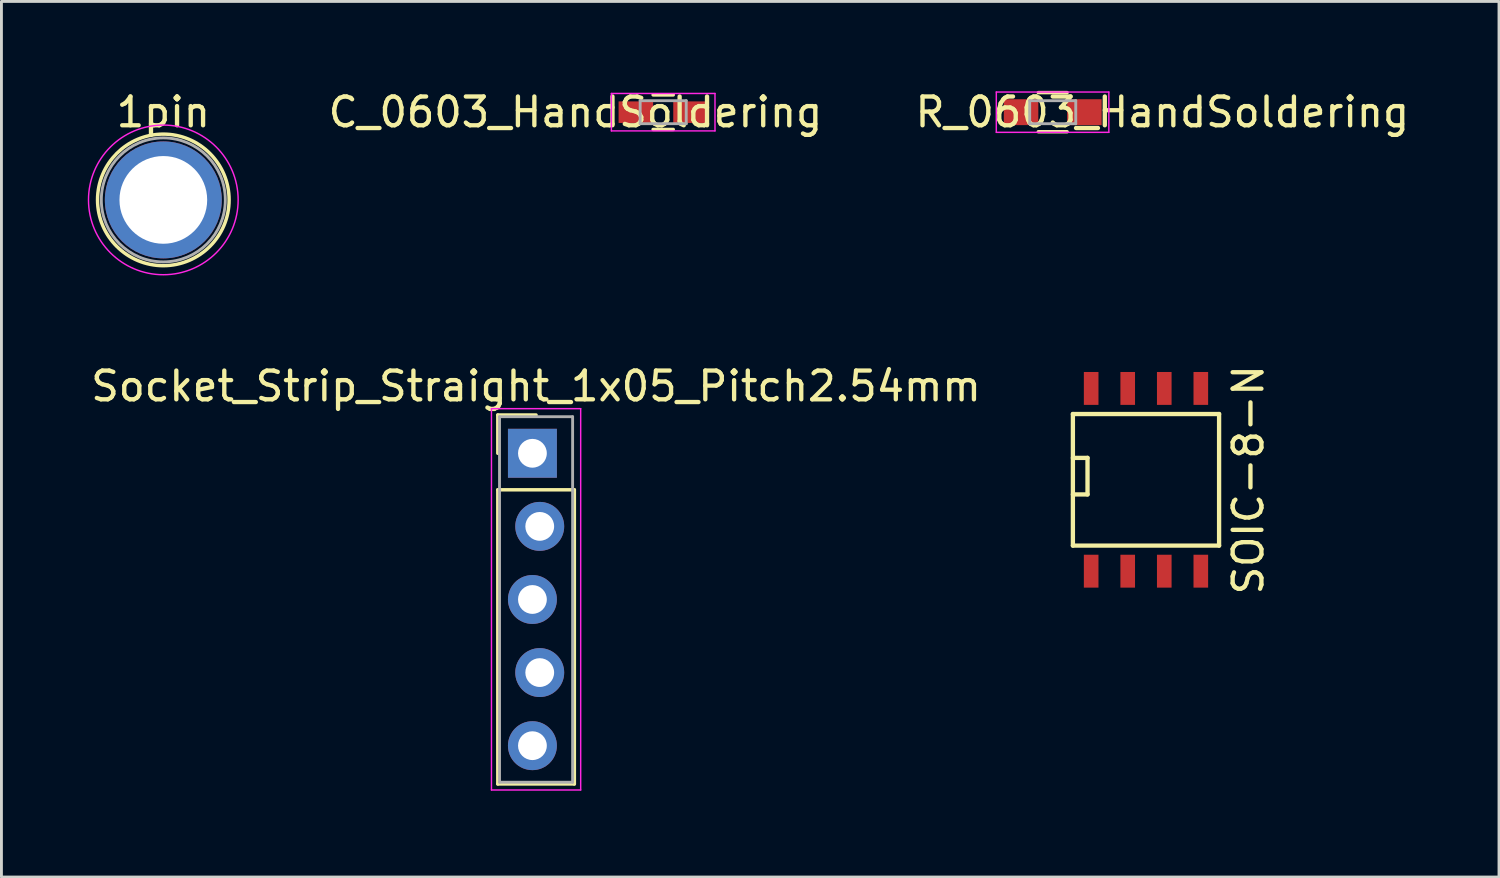
<source format=kicad_pcb>
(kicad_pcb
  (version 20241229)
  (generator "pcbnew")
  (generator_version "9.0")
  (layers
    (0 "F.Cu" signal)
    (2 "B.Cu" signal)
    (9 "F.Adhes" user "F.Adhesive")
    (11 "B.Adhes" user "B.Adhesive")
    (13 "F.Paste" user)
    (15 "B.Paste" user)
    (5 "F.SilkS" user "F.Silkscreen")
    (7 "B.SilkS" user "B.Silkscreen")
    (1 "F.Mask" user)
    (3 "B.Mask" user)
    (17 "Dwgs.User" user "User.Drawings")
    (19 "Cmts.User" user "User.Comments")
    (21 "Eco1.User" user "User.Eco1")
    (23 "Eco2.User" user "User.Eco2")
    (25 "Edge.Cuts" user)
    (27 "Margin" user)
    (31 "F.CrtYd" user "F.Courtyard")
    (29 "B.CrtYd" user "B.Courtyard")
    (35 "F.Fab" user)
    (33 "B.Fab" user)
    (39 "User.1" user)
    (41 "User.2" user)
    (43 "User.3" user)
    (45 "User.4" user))
  (footprint "R_0603_HandSoldering"
    (layer "F.Cu")
    (at 33.529 0.848)
    (property "Reference" "R_0603_HandSoldering" (at 3.81 0 0) (layer "F.SilkS") (effects (font (size 1 1) (thickness 0.15))))
    (attr smd)
    (fp_line (start -0.5 -0.68) (end 0.5 -0.68) (stroke (width 0.12) (type solid)) (layer "F.SilkS"))
    (fp_line (start 0.5 0.68) (end -0.5 0.68) (stroke (width 0.12) (type solid)) (layer "F.SilkS"))
    (fp_line (start -1.96 -0.7) (end -1.96 0.7) (stroke (width 0.05) (type solid)) (layer "F.CrtYd"))
    (fp_line (start -1.96 -0.7) (end 1.95 -0.7) (stroke (width 0.05) (type solid)) (layer "F.CrtYd"))
    (fp_line (start 1.95 0.7) (end -1.96 0.7) (stroke (width 0.05) (type solid)) (layer "F.CrtYd"))
    (fp_line (start 1.95 0.7) (end 1.95 -0.7) (stroke (width 0.05) (type solid)) (layer "F.CrtYd"))
    (fp_line (start -0.8 -0.4) (end 0.8 -0.4) (stroke (width 0.1) (type solid)) (layer "F.Fab"))
    (fp_line (start -0.8 0.4) (end -0.8 -0.4) (stroke (width 0.1) (type solid)) (layer "F.Fab"))
    (fp_line (start 0.8 -0.4) (end 0.8 0.4) (stroke (width 0.1) (type solid)) (layer "F.Fab"))
    (fp_line (start 0.8 0.4) (end -0.8 0.4) (stroke (width 0.1) (type solid)) (layer "F.Fab"))
    (pad "1" smd rect (at -1.1 0) (size 1.2 0.9) (layers "F.Cu" "F.Mask" "F.Paste"))
    (pad "2" smd rect (at 1.1 0) (size 1.2 0.9) (layers "F.Cu" "F.Mask" "F.Paste")))
  (footprint "SOIC-8-N"
    (layer "F.Cu")
    (at 36.77 13.622)
    (property "Reference" "SOIC-8-N" (at 3.556 0 90) (layer "F.SilkS") (effects (font (size 1 1) (thickness 0.15))))
    (attr smd)
    (fp_line (start -2.54 -2.286) (end 2.54 -2.286) (stroke (width 0.15) (type solid)) (layer "F.SilkS"))
    (fp_line (start -2.54 -0.762) (end -2.032 -0.762) (stroke (width 0.15) (type solid)) (layer "F.SilkS"))
    (fp_line (start -2.54 2.286) (end -2.54 -2.286) (stroke (width 0.15) (type solid)) (layer "F.SilkS"))
    (fp_line (start -2.032 -0.762) (end -2.032 0.508) (stroke (width 0.15) (type solid)) (layer "F.SilkS"))
    (fp_line (start -2.032 0.508) (end -2.54 0.508) (stroke (width 0.15) (type solid)) (layer "F.SilkS"))
    (fp_line (start 2.54 -2.286) (end 2.54 2.286) (stroke (width 0.15) (type solid)) (layer "F.SilkS"))
    (fp_line (start 2.54 2.286) (end -2.54 2.286) (stroke (width 0.15) (type solid)) (layer "F.SilkS"))
    (pad "1" smd rect (at -1.905 3.175) (size 0.508 1.143) (layers "F.Cu" "F.Mask" "F.Paste"))
    (pad "2" smd rect (at -0.635 3.175) (size 0.508 1.143) (layers "F.Cu" "F.Mask" "F.Paste"))
    (pad "3" smd rect (at 0.635 3.175) (size 0.508 1.143) (layers "F.Cu" "F.Mask" "F.Paste"))
    (pad "4" smd rect (at 1.905 3.175) (size 0.508 1.143) (layers "F.Cu" "F.Mask" "F.Paste"))
    (pad "5" smd rect (at 1.905 -3.175) (size 0.508 1.143) (layers "F.Cu" "F.Mask" "F.Paste"))
    (pad "6" smd rect (at 0.635 -3.175) (size 0.508 1.143) (layers "F.Cu" "F.Mask" "F.Paste"))
    (pad "7" smd rect (at -0.635 -3.175) (size 0.508 1.143) (layers "F.Cu" "F.Mask" "F.Paste"))
    (pad "8" smd rect (at -1.905 -3.175) (size 0.508 1.143) (layers "F.Cu" "F.Mask" "F.Paste")))
  (footprint "1pin"
    (layer "F.Cu")
    (at 2.625 3.896)
    (property "Reference" "1pin" (at 0 -3.048 0) (layer "F.SilkS") (effects (font (size 1 1) (thickness 0.15))))
    (attr through_hole)
    (fp_circle (center 0 0) (end 0 -2.286) (stroke (width 0.12) (type solid)) (fill no) (layer "F.SilkS"))
    (fp_circle (center 0 0) (end 2.6 0) (stroke (width 0.05) (type solid)) (fill no) (layer "F.CrtYd"))
    (fp_circle (center 0 0) (end 2 0.8) (stroke (width 0.1) (type solid)) (fill no) (layer "F.Fab"))
    (pad "1" thru_hole circle (at 0 0) (size 4.064 4.064) (drill 3.048) (layers "*.Cu" "*.Mask")))
  (footprint "Socket_Strip_Straight_1x05_Pitch2.54mm"
    (layer "F.Cu")
    (at 15.577 12.7)
    (property "Reference" "Socket_Strip_Straight_1x05_Pitch2.54mm" (at 0 -2.33 0) (layer "F.SilkS") (effects (font (size 1 1) (thickness 0.15))))
    (attr through_hole)
    (fp_line (start -1.33 -1.33) (end 0 -1.33) (stroke (width 0.12) (type solid)) (layer "F.SilkS"))
    (fp_line (start -1.33 0) (end -1.33 -1.33) (stroke (width 0.12) (type solid)) (layer "F.SilkS"))
    (fp_line (start -1.33 1.27) (end -1.33 11.49) (stroke (width 0.12) (type solid)) (layer "F.SilkS"))
    (fp_line (start -1.33 11.49) (end 1.33 11.49) (stroke (width 0.12) (type solid)) (layer "F.SilkS"))
    (fp_line (start 1.33 1.27) (end -1.33 1.27) (stroke (width 0.12) (type solid)) (layer "F.SilkS"))
    (fp_line (start 1.33 11.49) (end 1.33 1.27) (stroke (width 0.12) (type solid)) (layer "F.SilkS"))
    (fp_line (start -1.55 -1.55) (end -1.55 11.7) (stroke (width 0.05) (type solid)) (layer "F.CrtYd"))
    (fp_line (start -1.55 11.7) (end 1.55 11.7) (stroke (width 0.05) (type solid)) (layer "F.CrtYd"))
    (fp_line (start 1.55 -1.55) (end -1.55 -1.55) (stroke (width 0.05) (type solid)) (layer "F.CrtYd"))
    (fp_line (start 1.55 11.7) (end 1.55 -1.55) (stroke (width 0.05) (type solid)) (layer "F.CrtYd"))
    (fp_line (start -1.27 -1.27) (end -1.27 11.43) (stroke (width 0.1) (type solid)) (layer "F.Fab"))
    (fp_line (start -1.27 11.43) (end 1.27 11.43) (stroke (width 0.1) (type solid)) (layer "F.Fab"))
    (fp_line (start 1.27 -1.27) (end -1.27 -1.27) (stroke (width 0.1) (type solid)) (layer "F.Fab"))
    (fp_line (start 1.27 11.43) (end 1.27 -1.27) (stroke (width 0.1) (type solid)) (layer "F.Fab"))
    (pad "1" thru_hole rect (at -0.127 0) (size 1.7 1.7) (drill 1) (layers "*.Cu" "*.Mask"))
    (pad "2" thru_hole oval (at 0.127 2.54) (size 1.7 1.7) (drill 1) (layers "*.Cu" "*.Mask"))
    (pad "3" thru_hole oval (at -0.127 5.08) (size 1.7 1.7) (drill 1) (layers "*.Cu" "*.Mask"))
    (pad "4" thru_hole oval (at 0.127 7.62) (size 1.7 1.7) (drill 1) (layers "*.Cu" "*.Mask"))
    (pad "5" thru_hole oval (at -0.127 10.16) (size 1.7 1.7) (drill 1) (layers "*.Cu" "*.Mask")))
  (footprint "C_0603_HandSoldering"
    (layer "F.Cu")
    (at 19.994 0.848)
    (property "Reference" "C_0603_HandSoldering" (at -3.048 0 0) (layer "F.SilkS") (effects (font (size 1 1) (thickness 0.15))))
    (attr smd)
    (fp_line (start -0.35 -0.6) (end 0.35 -0.6) (stroke (width 0.12) (type solid)) (layer "F.SilkS"))
    (fp_line (start 0.35 0.6) (end -0.35 0.6) (stroke (width 0.12) (type solid)) (layer "F.SilkS"))
    (fp_line (start -1.8 -0.65) (end -1.8 0.65) (stroke (width 0.05) (type solid)) (layer "F.CrtYd"))
    (fp_line (start -1.8 -0.65) (end 1.8 -0.65) (stroke (width 0.05) (type solid)) (layer "F.CrtYd"))
    (fp_line (start 1.8 0.65) (end -1.8 0.65) (stroke (width 0.05) (type solid)) (layer "F.CrtYd"))
    (fp_line (start 1.8 0.65) (end 1.8 -0.65) (stroke (width 0.05) (type solid)) (layer "F.CrtYd"))
    (fp_line (start -0.8 -0.4) (end 0.8 -0.4) (stroke (width 0.1) (type solid)) (layer "F.Fab"))
    (fp_line (start -0.8 0.4) (end -0.8 -0.4) (stroke (width 0.1) (type solid)) (layer "F.Fab"))
    (fp_line (start 0.8 -0.4) (end 0.8 0.4) (stroke (width 0.1) (type solid)) (layer "F.Fab"))
    (fp_line (start 0.8 0.4) (end -0.8 0.4) (stroke (width 0.1) (type solid)) (layer "F.Fab"))
    (pad "1" smd rect (at -0.95 0) (size 1.2 0.75) (layers "F.Cu" "F.Mask" "F.Paste"))
    (pad "2" smd rect (at 0.95 0) (size 1.2 0.75) (layers "F.Cu" "F.Mask" "F.Paste")))
  (gr_rect
    (start -3 -3)
    (end 49.036 27.424)
    (stroke (width 0.1) (type default))
    (fill no)
    (layer "Edge.Cuts")))
</source>
